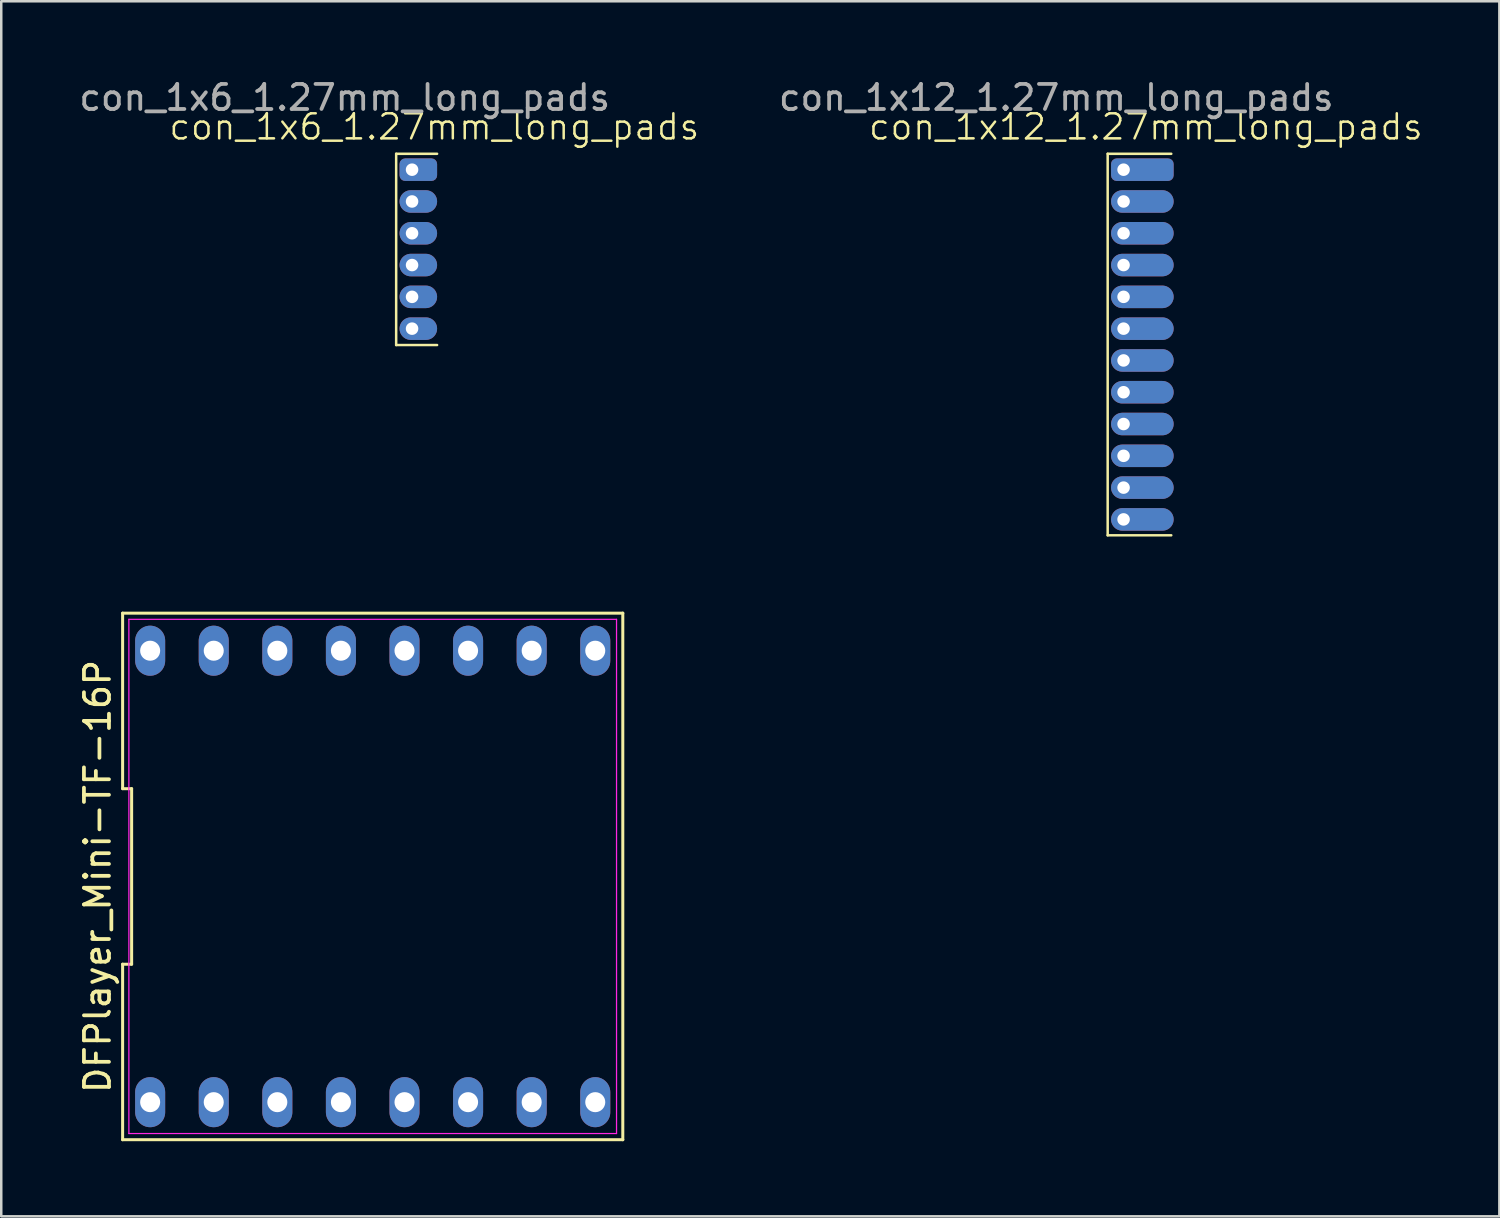
<source format=kicad_pcb>
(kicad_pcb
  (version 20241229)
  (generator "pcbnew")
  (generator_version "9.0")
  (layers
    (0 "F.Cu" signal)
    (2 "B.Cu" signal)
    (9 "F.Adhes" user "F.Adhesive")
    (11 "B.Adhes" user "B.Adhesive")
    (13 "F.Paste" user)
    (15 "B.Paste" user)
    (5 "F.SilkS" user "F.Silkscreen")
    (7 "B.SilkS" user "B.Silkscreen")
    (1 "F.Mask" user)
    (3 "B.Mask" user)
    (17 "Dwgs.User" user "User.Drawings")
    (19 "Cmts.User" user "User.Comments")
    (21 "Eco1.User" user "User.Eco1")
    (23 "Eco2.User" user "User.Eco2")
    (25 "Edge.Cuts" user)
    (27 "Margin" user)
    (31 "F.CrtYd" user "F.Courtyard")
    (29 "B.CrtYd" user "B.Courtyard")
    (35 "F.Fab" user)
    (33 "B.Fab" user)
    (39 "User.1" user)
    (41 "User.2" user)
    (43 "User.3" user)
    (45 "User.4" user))
  (footprint "con_1x6_1.27mm_long_pads"
    (layer "F.Cu")
    (at 13.41 3.728)
    (property "Reference" "con_1x6_1.27mm_long_pads" (at 0.89 -1.71 0) (unlocked yes) (layer "F.SilkS") (effects (font (size 1 1) (thickness 0.1))))
    (attr through_hole)
    (fp_line (start -0.635 -0.635) (end -0.635 7.005) (stroke (width 0.1) (type default)) (layer "F.SilkS"))
    (fp_line (start -0.635 -0.635) (end 1 -0.635) (stroke (width 0.1) (type default)) (layer "F.SilkS"))
    (fp_line (start -0.635 7.005) (end 1 7.005) (stroke (width 0.1) (type default)) (layer "F.SilkS"))
    (fp_text user "${REFERENCE}" (at -2.69 -2.88 0) (unlocked yes) (layer "F.Fab") (effects (font (size 1 1) (thickness 0.15))))
    (pad "1" thru_hole roundrect (at 0 0) (size 1.5 0.9) (drill 0.5 (offset 0.25 0)) (layers "*.Cu" "*.Mask") (roundrect_rratio 0.25))
    (pad "2" thru_hole oval (at 0 1.27) (size 1.5 0.9) (drill 0.5 (offset 0.25 0)) (layers "*.Cu" "*.Mask"))
    (pad "3" thru_hole oval (at 0 2.54) (size 1.5 0.9) (drill 0.5 (offset 0.25 0)) (layers "*.Cu" "*.Mask"))
    (pad "4" thru_hole oval (at 0 3.81) (size 1.5 0.9) (drill 0.5 (offset 0.25 0)) (layers "*.Cu" "*.Mask"))
    (pad "5" thru_hole oval (at 0 5.08) (size 1.5 0.9) (drill 0.5 (offset 0.25 0)) (layers "*.Cu" "*.Mask"))
    (pad "6" thru_hole oval (at 0 6.35) (size 1.5 0.9) (drill 0.5 (offset 0.25 0)) (layers "*.Cu" "*.Mask")))
  (footprint "con_1x12_1.27mm_long_pads"
    (layer "F.Cu")
    (at 41.832 3.728)
    (property "Reference" "con_1x12_1.27mm_long_pads" (at 0.89 -1.71 0) (unlocked yes) (layer "F.SilkS") (effects (font (size 1 1) (thickness 0.1))))
    (attr through_hole)
    (fp_line (start -0.635 -0.635) (end -0.635 14.605) (stroke (width 0.1) (type default)) (layer "F.SilkS"))
    (fp_line (start -0.635 -0.635) (end 1.905 -0.635) (stroke (width 0.1) (type default)) (layer "F.SilkS"))
    (fp_line (start -0.635 14.605) (end 1.905 14.605) (stroke (width 0.1) (type default)) (layer "F.SilkS"))
    (fp_text user "${REFERENCE}" (at -2.69 -2.88 0) (unlocked yes) (layer "F.Fab") (effects (font (size 1 1) (thickness 0.15))))
    (pad "1" thru_hole roundrect (at 0 0) (size 2.5 0.9) (drill 0.5 (offset 0.75 0)) (layers "*.Cu" "*.Mask") (roundrect_rratio 0.25))
    (pad "2" thru_hole oval (at 0 1.27) (size 2.5 0.9) (drill 0.5 (offset 0.75 0)) (layers "*.Cu" "*.Mask"))
    (pad "3" thru_hole oval (at 0 2.54) (size 2.5 0.9) (drill 0.5 (offset 0.75 0)) (layers "*.Cu" "*.Mask"))
    (pad "4" thru_hole oval (at 0 3.81) (size 2.5 0.9) (drill 0.5 (offset 0.75 0)) (layers "*.Cu" "*.Mask"))
    (pad "5" thru_hole oval (at 0 5.08) (size 2.5 0.9) (drill 0.5 (offset 0.75 0)) (layers "*.Cu" "*.Mask"))
    (pad "6" thru_hole oval (at 0 6.35) (size 2.5 0.9) (drill 0.5 (offset 0.75 0)) (layers "*.Cu" "*.Mask"))
    (pad "7" thru_hole oval (at 0 7.62) (size 2.5 0.9) (drill 0.5 (offset 0.75 0)) (layers "*.Cu" "*.Mask"))
    (pad "8" thru_hole oval (at 0 8.89) (size 2.5 0.9) (drill 0.5 (offset 0.75 0)) (layers "*.Cu" "*.Mask"))
    (pad "9" thru_hole oval (at 0 10.16) (size 2.5 0.9) (drill 0.5 (offset 0.75 0)) (layers "*.Cu" "*.Mask"))
    (pad "10" thru_hole oval (at 0 11.43) (size 2.5 0.9) (drill 0.5 (offset 0.75 0)) (layers "*.Cu" "*.Mask"))
    (pad "11" thru_hole oval (at 0 12.7) (size 2.5 0.9) (drill 0.5 (offset 0.75 0)) (layers "*.Cu" "*.Mask"))
    (pad "12" thru_hole oval (at 0 13.97) (size 2.5 0.9) (drill 0.5 (offset 0.75 0)) (layers "*.Cu" "*.Mask")))
  (footprint "DFPlayer_Mini-TF-16P"
    (layer "F.Cu")
    (at 11.838 31.96)
    (property "Reference" "DFPlayer_Mini-TF-16P" (at -10.99 0 90) (layer "F.SilkS") (effects (font (size 1 1) (thickness 0.15))))
    (attr through_hole)
    (fp_line (start -9.99 -10.517) (end -9.99 -3.506) (stroke (width 0.12) (type default)) (layer "F.SilkS"))
    (fp_line (start -9.99 -3.506) (end -9.63 -3.506) (stroke (width 0.12) (type default)) (layer "F.SilkS"))
    (fp_line (start -9.99 3.506) (end -9.99 10.517) (stroke (width 0.12) (type default)) (layer "F.SilkS"))
    (fp_line (start -9.99 10.517) (end 9.99 10.517) (stroke (width 0.12) (type default)) (layer "F.SilkS"))
    (fp_line (start -9.63 -3.506) (end -9.63 3.506) (stroke (width 0.12) (type default)) (layer "F.SilkS"))
    (fp_line (start -9.63 3.506) (end -9.99 3.506) (stroke (width 0.12) (type default)) (layer "F.SilkS"))
    (fp_line (start 9.99 -10.517) (end -9.99 -10.517) (stroke (width 0.12) (type default)) (layer "F.SilkS"))
    (fp_line (start 9.99 10.517) (end 9.99 -10.517) (stroke (width 0.12) (type default)) (layer "F.SilkS"))
    (fp_line (start -9.74 -10.27) (end 9.74 -10.27) (stroke (width 0.05) (type default)) (layer "F.CrtYd"))
    (fp_line (start -9.74 10.27) (end -9.74 -10.27) (stroke (width 0.05) (type default)) (layer "F.CrtYd"))
    (fp_line (start 9.74 -10.27) (end 9.74 10.27) (stroke (width 0.05) (type default)) (layer "F.CrtYd"))
    (fp_line (start 9.74 10.27) (end -9.74 10.27) (stroke (width 0.05) (type default)) (layer "F.CrtYd"))
    (pad "1" thru_hole oval (at -8.89 9.017) (size 1.2 2) (drill 0.8) (layers "*.Cu" "*.Mask"))
    (pad "2" thru_hole oval (at -6.35 9.017) (size 1.2 2) (drill 0.8) (layers "*.Cu" "*.Mask"))
    (pad "3" thru_hole oval (at -3.81 9.017) (size 1.2 2) (drill 0.8) (layers "*.Cu" "*.Mask"))
    (pad "4" thru_hole oval (at -1.27 9.017) (size 1.2 2) (drill 0.8) (layers "*.Cu" "*.Mask"))
    (pad "5" thru_hole oval (at 1.27 9.017) (size 1.2 2) (drill 0.8) (layers "*.Cu" "*.Mask"))
    (pad "6" thru_hole oval (at 3.81 9.017) (size 1.2 2) (drill 0.8) (layers "*.Cu" "*.Mask"))
    (pad "7" thru_hole oval (at 6.35 9.017) (size 1.2 2) (drill 0.8) (layers "*.Cu" "*.Mask"))
    (pad "8" thru_hole oval (at 8.89 9.017) (size 1.2 2) (drill 0.8) (layers "*.Cu" "*.Mask"))
    (pad "9" thru_hole oval (at 8.89 -9.017) (size 1.2 2) (drill 0.8) (layers "*.Cu" "*.Mask"))
    (pad "10" thru_hole oval (at 6.35 -9.017) (size 1.2 2) (drill 0.8) (layers "*.Cu" "*.Mask"))
    (pad "11" thru_hole oval (at 3.81 -9.017) (size 1.2 2) (drill 0.8) (layers "*.Cu" "*.Mask"))
    (pad "12" thru_hole oval (at 1.27 -9.017) (size 1.2 2) (drill 0.8) (layers "*.Cu" "*.Mask"))
    (pad "13" thru_hole oval (at -1.27 -9.017) (size 1.2 2) (drill 0.8) (layers "*.Cu" "*.Mask"))
    (pad "14" thru_hole oval (at -3.81 -9.017) (size 1.2 2) (drill 0.8) (layers "*.Cu" "*.Mask"))
    (pad "15" thru_hole oval (at -6.35 -9.017) (size 1.2 2) (drill 0.8) (layers "*.Cu" "*.Mask"))
    (pad "16" thru_hole oval (at -8.89 -9.017) (size 1.2 2) (drill 0.8) (layers "*.Cu" "*.Mask")))
  (gr_rect
    (start -3 -3)
    (end 56.843 45.537)
    (stroke (width 0.1) (type default))
    (fill no)
    (layer "Edge.Cuts")))
</source>
